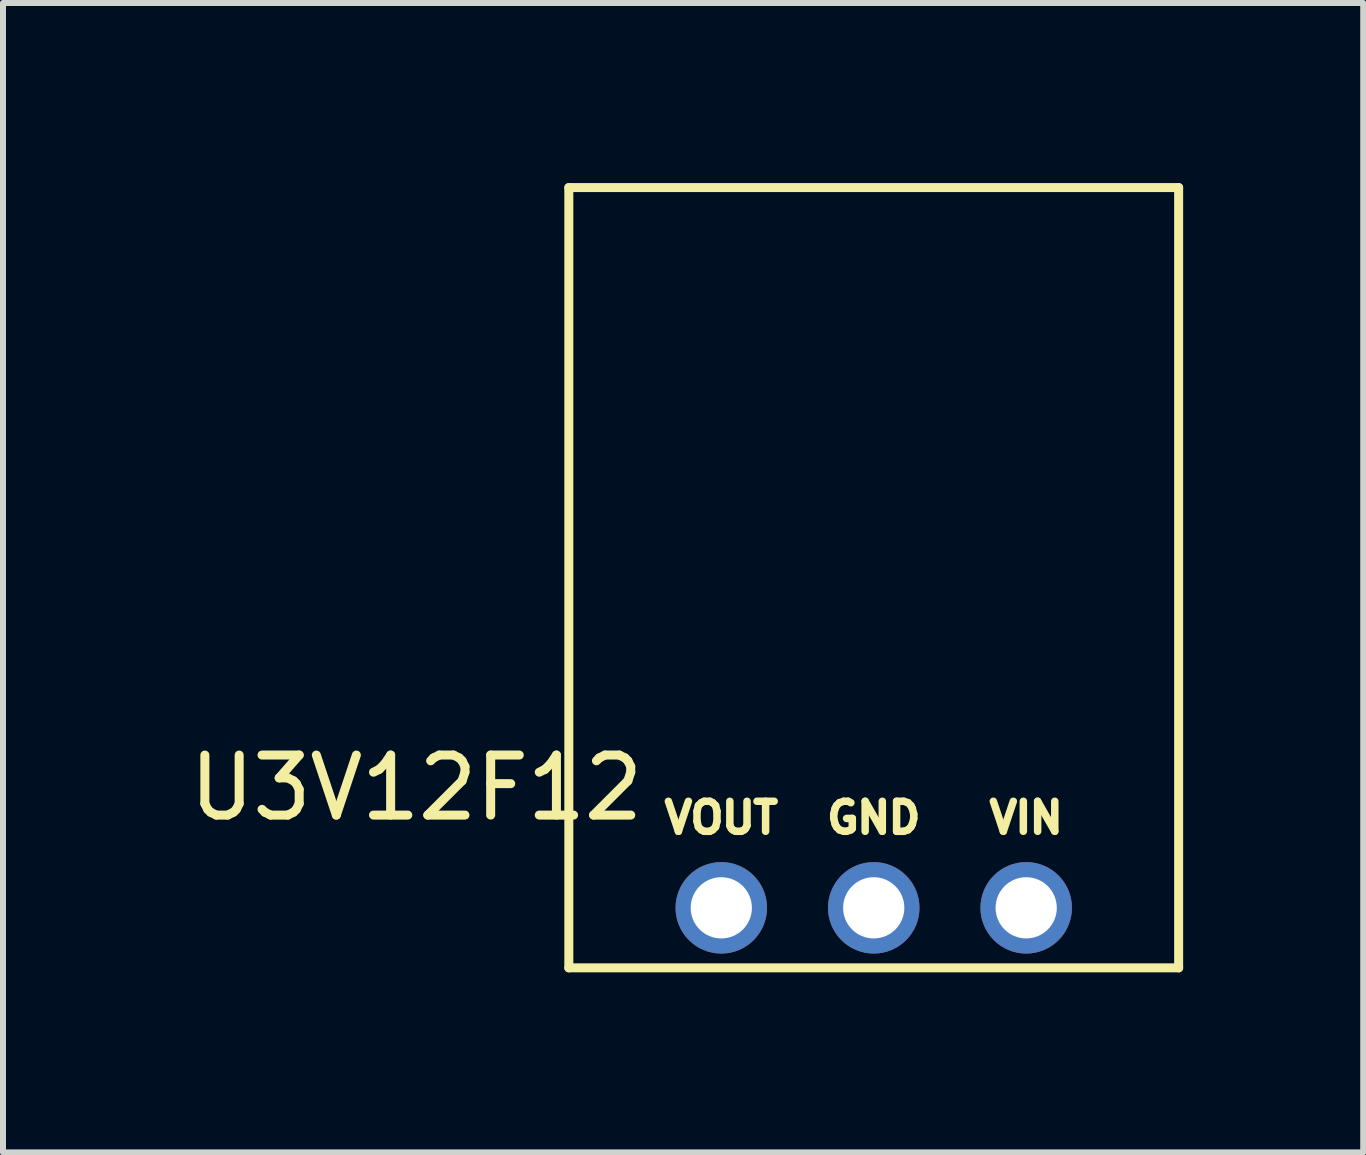
<source format=kicad_pcb>
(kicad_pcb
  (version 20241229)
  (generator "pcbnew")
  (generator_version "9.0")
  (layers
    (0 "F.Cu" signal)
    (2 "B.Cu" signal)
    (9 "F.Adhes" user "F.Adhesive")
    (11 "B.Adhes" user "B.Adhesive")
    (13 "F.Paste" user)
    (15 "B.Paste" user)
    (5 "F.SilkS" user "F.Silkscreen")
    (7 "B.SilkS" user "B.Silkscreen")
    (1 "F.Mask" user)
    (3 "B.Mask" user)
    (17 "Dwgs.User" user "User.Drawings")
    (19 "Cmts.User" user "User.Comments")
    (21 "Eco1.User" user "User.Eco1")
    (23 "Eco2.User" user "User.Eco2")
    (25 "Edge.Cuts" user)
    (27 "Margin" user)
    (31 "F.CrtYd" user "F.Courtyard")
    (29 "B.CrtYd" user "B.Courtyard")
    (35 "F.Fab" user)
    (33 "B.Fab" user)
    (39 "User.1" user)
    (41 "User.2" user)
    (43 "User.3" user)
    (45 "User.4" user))
  (footprint "U3V12F12"
    (layer "F.Cu")
    (at 3.887 10.075)
    (property "Reference" "U3V12F12" (at 0 0 0) (layer "F.SilkS") (effects (font (size 1 1) (thickness 0.15))))
    (attr through_hole)
    (fp_line (start 2.54 -10) (end 2.54 3) (stroke (width 0.15) (type solid)) (layer "F.SilkS"))
    (fp_line (start 2.54 3) (end 12.7 3) (stroke (width 0.15) (type solid)) (layer "F.SilkS"))
    (fp_line (start 12.7 -10) (end 2.54 -10) (stroke (width 0.15) (type solid)) (layer "F.SilkS"))
    (fp_line (start 12.7 3) (end 12.7 -10) (stroke (width 0.15) (type solid)) (layer "F.SilkS"))
    (fp_text user "VIN" (at 10.16 0.5 0) (layer "F.SilkS") (effects (font (size 0.5 0.5) (thickness 0.125))))
    (fp_text user "GND" (at 7.62 0.5 0) (layer "F.SilkS") (effects (font (size 0.5 0.5) (thickness 0.125))))
    (fp_text user "VOUT" (at 5.08 0.5 0) (layer "F.SilkS") (effects (font (size 0.5 0.5) (thickness 0.125))))
    (pad "1" thru_hole circle (at 5.08 2) (size 1.524 1.524) (drill 1.02) (layers "*.Cu" "*.Mask"))
    (pad "2" thru_hole circle (at 7.62 2) (size 1.524 1.524) (drill 1.02) (layers "*.Cu" "*.Mask"))
    (pad "3" thru_hole circle (at 10.16 2) (size 1.524 1.524) (drill 1.02) (layers "*.Cu" "*.Mask")))
  (gr_rect
    (start -3 -3)
    (end 19.662 16.15)
    (stroke (width 0.1) (type default))
    (fill no)
    (layer "Edge.Cuts")))
</source>
